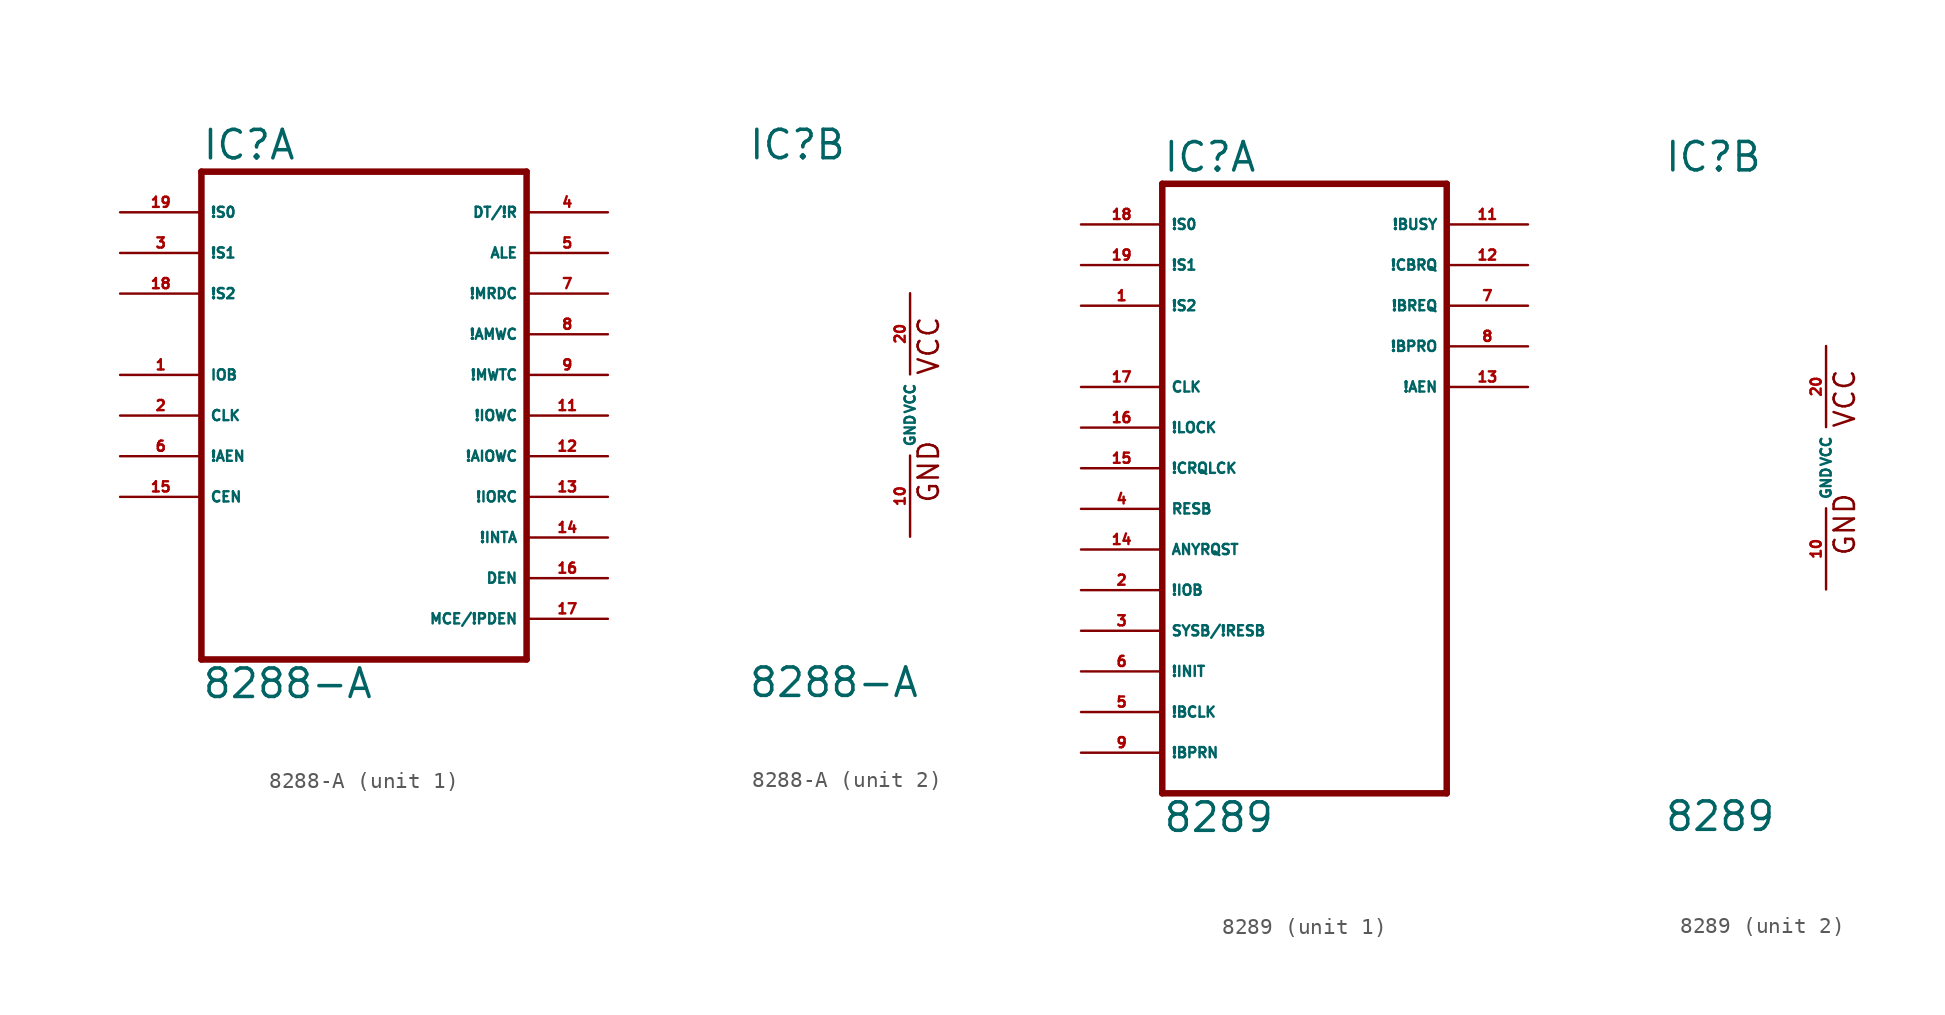
<source format=kicad_sym>
(kicad_symbol_lib
  (version 20220914)
  (generator Eagle2Kicad)
  (symbol "8288-A"
    (property "Reference" "IC"
      (at -10.16 15.875 0)
      (effects (font (size 1.778 1.778) (thickness 0.22)) (justify left bottom)))
    (property "Value" "8288-A"
      (at -10.16 -17.78 0)
      (effects (font (size 1.778 1.778) (thickness 0.22)) (justify left bottom)))
    (symbol "8288-A_1_0"
      (polyline (pts (xy -10.16 -15.24) (xy 10.16 -15.24)) (stroke (width 0.406) (type default)) (fill (type none)))
      (polyline (pts (xy 10.16 -15.24) (xy 10.16 15.24)) (stroke (width 0.406) (type default)) (fill (type none)))
      (polyline (pts (xy 10.16 15.24) (xy -10.16 15.24)) (stroke (width 0.406) (type default)) (fill (type none)))
      (polyline (pts (xy -10.16 15.24) (xy -10.16 -15.24)) (stroke (width 0.406) (type default)) (fill (type none)))
      (pin input line (at -15.24 12.7 0) (length 5.08) (name "!S0" (effects (font (size 0.635 0.635) (thickness 0.08)) (justify left bottom))) (number "19" (effects (font (size 0.635 0.635) (thickness 0.08)) (justify left bottom))))
      (pin input line (at -15.24 10.16 0) (length 5.08) (name "!S1" (effects (font (size 0.635 0.635) (thickness 0.08)) (justify left bottom))) (number "3" (effects (font (size 0.635 0.635) (thickness 0.08)) (justify left bottom))))
      (pin input line (at -15.24 7.62 0) (length 5.08) (name "!S2" (effects (font (size 0.635 0.635) (thickness 0.08)) (justify left bottom))) (number "18" (effects (font (size 0.635 0.635) (thickness 0.08)) (justify left bottom))))
      (pin input line (at -15.24 2.54 0) (length 5.08) (name "IOB" (effects (font (size 0.635 0.635) (thickness 0.08)) (justify left bottom))) (number "1" (effects (font (size 0.635 0.635) (thickness 0.08)) (justify left bottom))))
      (pin input line (at -15.24 0 0) (length 5.08) (name "CLK" (effects (font (size 0.635 0.635) (thickness 0.08)) (justify left bottom))) (number "2" (effects (font (size 0.635 0.635) (thickness 0.08)) (justify left bottom))))
      (pin input line (at -15.24 -2.54 0) (length 5.08) (name "!AEN" (effects (font (size 0.635 0.635) (thickness 0.08)) (justify left bottom))) (number "6" (effects (font (size 0.635 0.635) (thickness 0.08)) (justify left bottom))))
      (pin input line (at -15.24 -5.08 0) (length 5.08) (name "CEN" (effects (font (size 0.635 0.635) (thickness 0.08)) (justify left bottom))) (number "15" (effects (font (size 0.635 0.635) (thickness 0.08)) (justify left bottom))))
      (pin output line (at 15.24 12.7 180) (length 5.08) (name "DT/!R" (effects (font (size 0.635 0.635) (thickness 0.08)) (justify left bottom))) (number "4" (effects (font (size 0.635 0.635) (thickness 0.08)) (justify left bottom))))
      (pin output line (at 15.24 10.16 180) (length 5.08) (name "ALE" (effects (font (size 0.635 0.635) (thickness 0.08)) (justify left bottom))) (number "5" (effects (font (size 0.635 0.635) (thickness 0.08)) (justify left bottom))))
      (pin output line (at 15.24 7.62 180) (length 5.08) (name "!MRDC" (effects (font (size 0.635 0.635) (thickness 0.08)) (justify left bottom))) (number "7" (effects (font (size 0.635 0.635) (thickness 0.08)) (justify left bottom))))
      (pin output line (at 15.24 5.08 180) (length 5.08) (name "!AMWC" (effects (font (size 0.635 0.635) (thickness 0.08)) (justify left bottom))) (number "8" (effects (font (size 0.635 0.635) (thickness 0.08)) (justify left bottom))))
      (pin output line (at 15.24 2.54 180) (length 5.08) (name "!MWTC" (effects (font (size 0.635 0.635) (thickness 0.08)) (justify left bottom))) (number "9" (effects (font (size 0.635 0.635) (thickness 0.08)) (justify left bottom))))
      (pin output line (at 15.24 0 180) (length 5.08) (name "!IOWC" (effects (font (size 0.635 0.635) (thickness 0.08)) (justify left bottom))) (number "11" (effects (font (size 0.635 0.635) (thickness 0.08)) (justify left bottom))))
      (pin output line (at 15.24 -5.08 180) (length 5.08) (name "!IORC" (effects (font (size 0.635 0.635) (thickness 0.08)) (justify left bottom))) (number "13" (effects (font (size 0.635 0.635) (thickness 0.08)) (justify left bottom))))
      (pin output line (at 15.24 -7.62 180) (length 5.08) (name "!INTA" (effects (font (size 0.635 0.635) (thickness 0.08)) (justify left bottom))) (number "14" (effects (font (size 0.635 0.635) (thickness 0.08)) (justify left bottom))))
      (pin output line (at 15.24 -10.16 180) (length 5.08) (name "DEN" (effects (font (size 0.635 0.635) (thickness 0.08)) (justify left bottom))) (number "16" (effects (font (size 0.635 0.635) (thickness 0.08)) (justify left bottom))))
      (pin output line (at 15.24 -12.7 180) (length 5.08) (name "MCE/!PDEN" (effects (font (size 0.635 0.635) (thickness 0.08)) (justify left bottom))) (number "17" (effects (font (size 0.635 0.635) (thickness 0.08)) (justify left bottom))))
      (pin output line (at 15.24 -2.54 180) (length 5.08) (name "!AIOWC" (effects (font (size 0.635 0.635) (thickness 0.08)) (justify left bottom))) (number "12" (effects (font (size 0.635 0.635) (thickness 0.08)) (justify left bottom)))))
    (symbol "8288-A_2_0"
      (text "GND" (at 1.905 -5.588 900) (effects (font (size 1.27 1.27) (thickness 0.16)) (justify left bottom)))
      (text "VCC" (at 1.905 2.413 900) (effects (font (size 1.27 1.27) (thickness 0.16)) (justify left bottom)))
      (pin unspecified line (at 0 7.62 270) (length 5.08) (name "VCC" (effects (font (size 0.635 0.635) (thickness 0.08)) (justify left bottom))) (number "20" (effects (font (size 0.635 0.635) (thickness 0.08)) (justify left bottom))))
      (pin unspecified line (at 0 -7.62 90) (length 5.08) (name "GND" (effects (font (size 0.635 0.635) (thickness 0.08)) (justify left bottom))) (number "10" (effects (font (size 0.635 0.635) (thickness 0.08)) (justify left bottom))))))
  (symbol "8289"
    (property "Reference" "IC"
      (at -10.16 18.415 0)
      (effects (font (size 1.778 1.778) (thickness 0.22)) (justify left bottom)))
    (property "Value" "8289"
      (at -10.16 -22.86 0)
      (effects (font (size 1.778 1.778) (thickness 0.22)) (justify left bottom)))
    (symbol "8289_1_0"
      (polyline (pts (xy -10.16 -20.32) (xy 7.62 -20.32)) (stroke (width 0.406) (type default)) (fill (type none)))
      (polyline (pts (xy 7.62 -20.32) (xy 7.62 17.78)) (stroke (width 0.406) (type default)) (fill (type none)))
      (polyline (pts (xy 7.62 17.78) (xy -10.16 17.78)) (stroke (width 0.406) (type default)) (fill (type none)))
      (polyline (pts (xy -10.16 17.78) (xy -10.16 -20.32)) (stroke (width 0.406) (type default)) (fill (type none)))
      (pin input line (at -15.24 15.24 0) (length 5.08) (name "!S0" (effects (font (size 0.635 0.635) (thickness 0.08)) (justify left bottom))) (number "18" (effects (font (size 0.635 0.635) (thickness 0.08)) (justify left bottom))))
      (pin input line (at -15.24 12.7 0) (length 5.08) (name "!S1" (effects (font (size 0.635 0.635) (thickness 0.08)) (justify left bottom))) (number "19" (effects (font (size 0.635 0.635) (thickness 0.08)) (justify left bottom))))
      (pin input line (at -15.24 10.16 0) (length 5.08) (name "!S2" (effects (font (size 0.635 0.635) (thickness 0.08)) (justify left bottom))) (number "1" (effects (font (size 0.635 0.635) (thickness 0.08)) (justify left bottom))))
      (pin input line (at -15.24 5.08 0) (length 5.08) (name "CLK" (effects (font (size 0.635 0.635) (thickness 0.08)) (justify left bottom))) (number "17" (effects (font (size 0.635 0.635) (thickness 0.08)) (justify left bottom))))
      (pin input line (at -15.24 2.54 0) (length 5.08) (name "!LOCK" (effects (font (size 0.635 0.635) (thickness 0.08)) (justify left bottom))) (number "16" (effects (font (size 0.635 0.635) (thickness 0.08)) (justify left bottom))))
      (pin input line (at -15.24 0 0) (length 5.08) (name "!CRQLCK" (effects (font (size 0.635 0.635) (thickness 0.08)) (justify left bottom))) (number "15" (effects (font (size 0.635 0.635) (thickness 0.08)) (justify left bottom))))
      (pin input line (at -15.24 -2.54 0) (length 5.08) (name "RESB" (effects (font (size 0.635 0.635) (thickness 0.08)) (justify left bottom))) (number "4" (effects (font (size 0.635 0.635) (thickness 0.08)) (justify left bottom))))
      (pin input line (at -15.24 -5.08 0) (length 5.08) (name "ANYRQST" (effects (font (size 0.635 0.635) (thickness 0.08)) (justify left bottom))) (number "14" (effects (font (size 0.635 0.635) (thickness 0.08)) (justify left bottom))))
      (pin input line (at -15.24 -7.62 0) (length 5.08) (name "!IOB" (effects (font (size 0.635 0.635) (thickness 0.08)) (justify left bottom))) (number "2" (effects (font (size 0.635 0.635) (thickness 0.08)) (justify left bottom))))
      (pin input line (at -15.24 -10.16 0) (length 5.08) (name "SYSB/!RESB" (effects (font (size 0.635 0.635) (thickness 0.08)) (justify left bottom))) (number "3" (effects (font (size 0.635 0.635) (thickness 0.08)) (justify left bottom))))
      (pin input line (at -15.24 -12.7 0) (length 5.08) (name "!INIT" (effects (font (size 0.635 0.635) (thickness 0.08)) (justify left bottom))) (number "6" (effects (font (size 0.635 0.635) (thickness 0.08)) (justify left bottom))))
      (pin input line (at -15.24 -15.24 0) (length 5.08) (name "!BCLK" (effects (font (size 0.635 0.635) (thickness 0.08)) (justify left bottom))) (number "5" (effects (font (size 0.635 0.635) (thickness 0.08)) (justify left bottom))))
      (pin input line (at -15.24 -17.78 0) (length 5.08) (name "!BPRN" (effects (font (size 0.635 0.635) (thickness 0.08)) (justify left bottom))) (number "9" (effects (font (size 0.635 0.635) (thickness 0.08)) (justify left bottom))))
      (pin output line (at 12.7 5.08 180) (length 5.08) (name "!AEN" (effects (font (size 0.635 0.635) (thickness 0.08)) (justify left bottom))) (number "13" (effects (font (size 0.635 0.635) (thickness 0.08)) (justify left bottom))))
      (pin output line (at 12.7 10.16 180) (length 5.08) (name "!BREQ" (effects (font (size 0.635 0.635) (thickness 0.08)) (justify left bottom))) (number "7" (effects (font (size 0.635 0.635) (thickness 0.08)) (justify left bottom))))
      (pin output line (at 12.7 7.62 180) (length 5.08) (name "!BPRO" (effects (font (size 0.635 0.635) (thickness 0.08)) (justify left bottom))) (number "8" (effects (font (size 0.635 0.635) (thickness 0.08)) (justify left bottom))))
      (pin bidirectional line (at 12.7 15.24 180) (length 5.08) (name "!BUSY" (effects (font (size 0.635 0.635) (thickness 0.08)) (justify left bottom))) (number "11" (effects (font (size 0.635 0.635) (thickness 0.08)) (justify left bottom))))
      (pin bidirectional line (at 12.7 12.7 180) (length 5.08) (name "!CBRQ" (effects (font (size 0.635 0.635) (thickness 0.08)) (justify left bottom))) (number "12" (effects (font (size 0.635 0.635) (thickness 0.08)) (justify left bottom)))))
    (symbol "8289_2_0"
      (text "GND" (at 1.905 -5.588 900) (effects (font (size 1.27 1.27) (thickness 0.16)) (justify left bottom)))
      (text "VCC" (at 1.905 2.413 900) (effects (font (size 1.27 1.27) (thickness 0.16)) (justify left bottom)))
      (pin unspecified line (at 0 7.62 270) (length 5.08) (name "VCC" (effects (font (size 0.635 0.635) (thickness 0.08)) (justify left bottom))) (number "20" (effects (font (size 0.635 0.635) (thickness 0.08)) (justify left bottom))))
      (pin unspecified line (at 0 -7.62 90) (length 5.08) (name "GND" (effects (font (size 0.635 0.635) (thickness 0.08)) (justify left bottom))) (number "10" (effects (font (size 0.635 0.635) (thickness 0.08)) (justify left bottom)))))))
</source>
